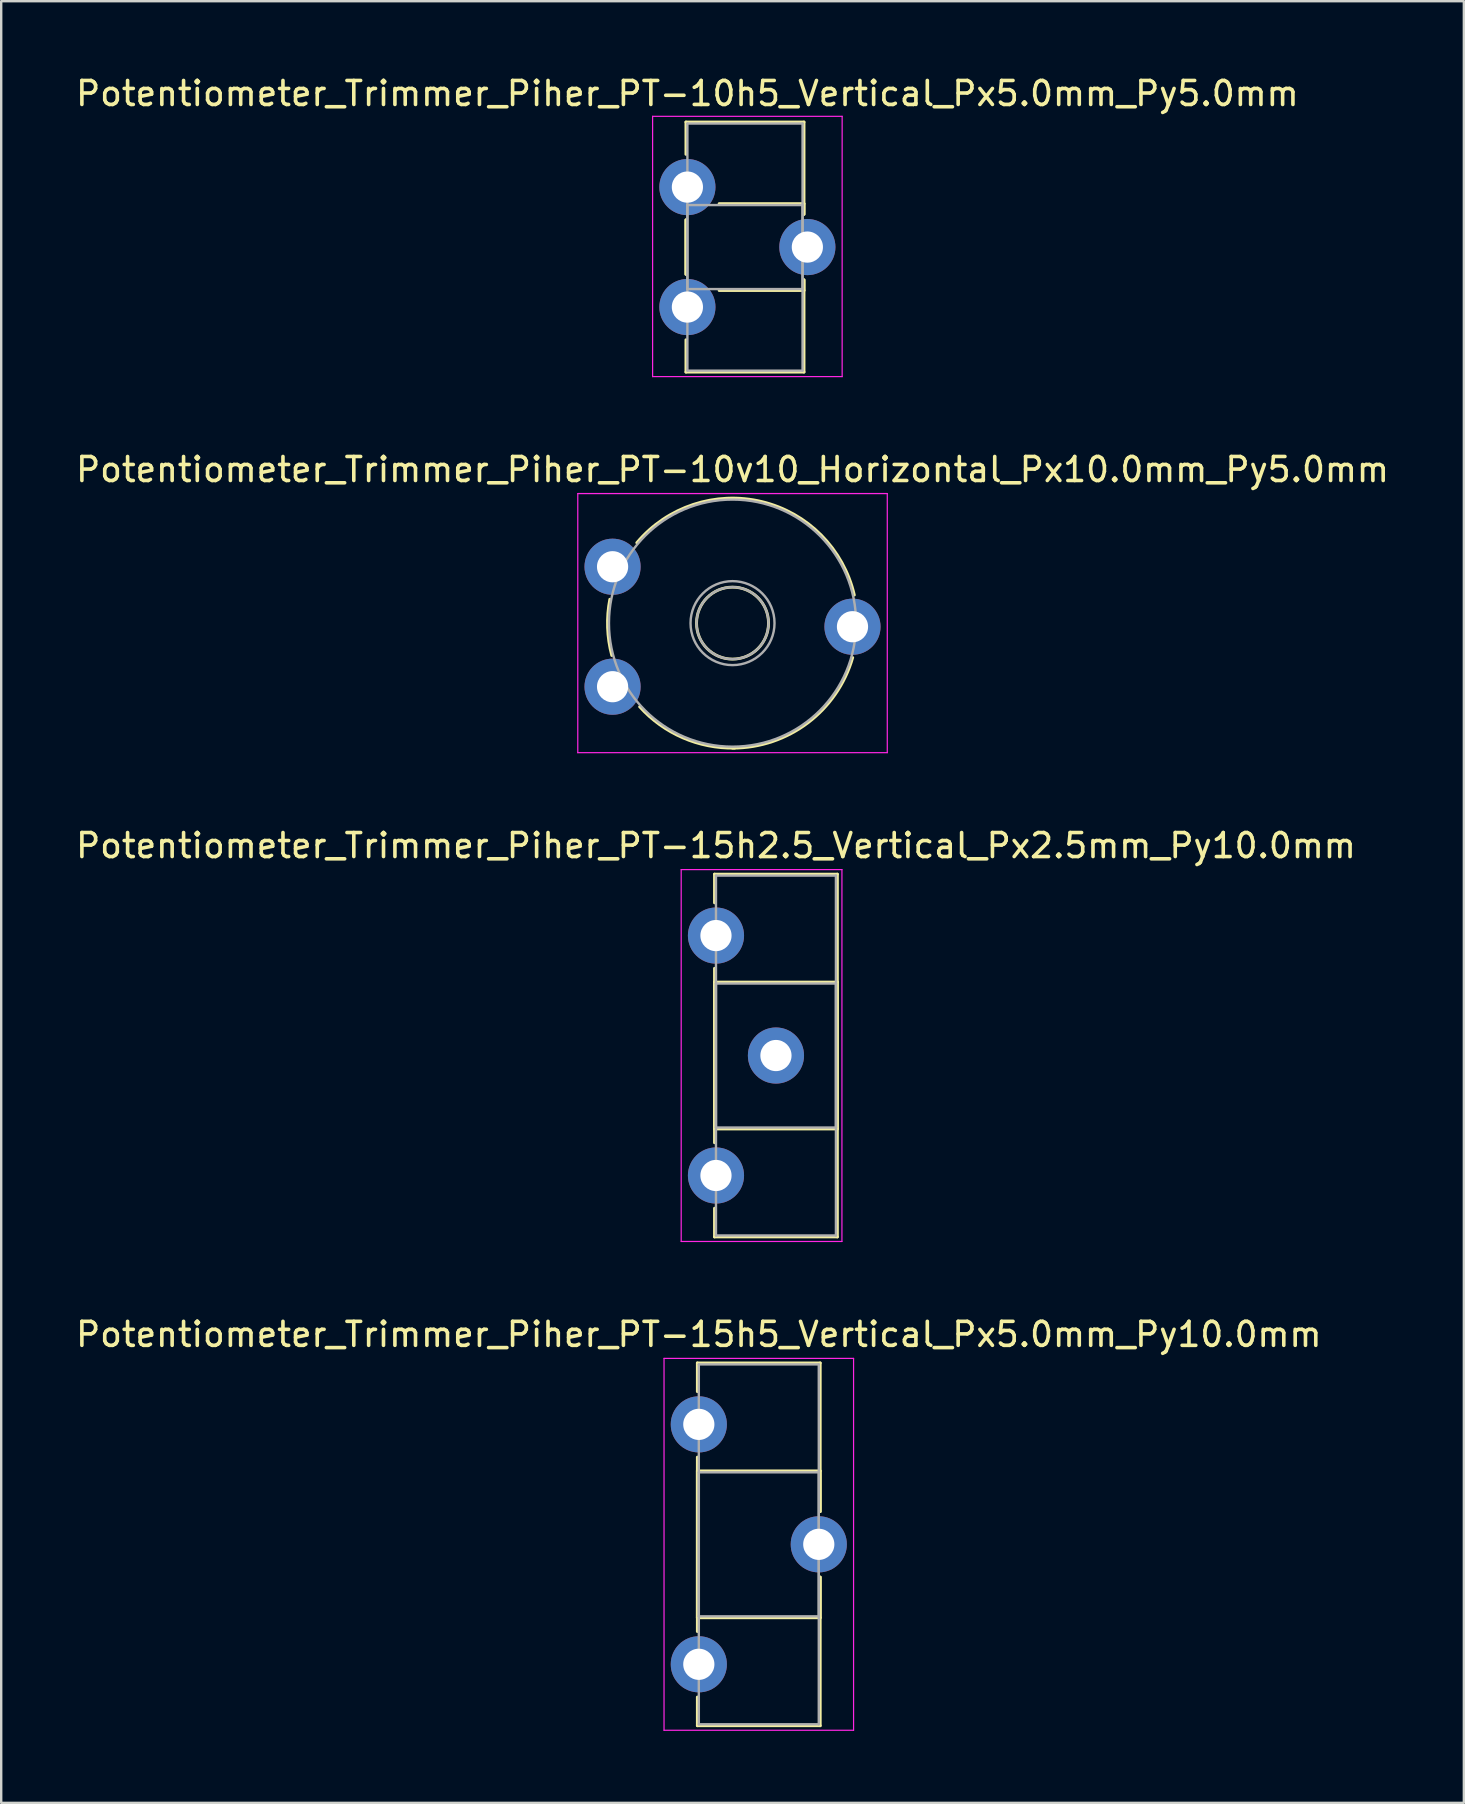
<source format=kicad_pcb>
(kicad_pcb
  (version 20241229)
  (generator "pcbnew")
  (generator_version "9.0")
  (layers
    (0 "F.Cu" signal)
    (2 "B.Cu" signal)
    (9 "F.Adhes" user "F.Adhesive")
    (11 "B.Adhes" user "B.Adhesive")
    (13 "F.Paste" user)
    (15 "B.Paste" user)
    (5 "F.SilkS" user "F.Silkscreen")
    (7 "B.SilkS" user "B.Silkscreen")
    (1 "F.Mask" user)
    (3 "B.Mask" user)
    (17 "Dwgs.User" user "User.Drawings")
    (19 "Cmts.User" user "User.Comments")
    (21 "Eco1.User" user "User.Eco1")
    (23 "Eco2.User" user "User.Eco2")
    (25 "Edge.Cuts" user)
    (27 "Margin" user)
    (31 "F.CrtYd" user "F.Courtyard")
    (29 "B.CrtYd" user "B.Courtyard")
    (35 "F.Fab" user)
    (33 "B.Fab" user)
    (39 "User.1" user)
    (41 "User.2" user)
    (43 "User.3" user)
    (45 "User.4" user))
  (footprint "Potentiometer_Trimmer_Piher_PT-15h5_Vertical_Px5.0mm_Py10.0mm"
    (layer "F.Cu")
    (at 26.077 56.318)
    (property "Reference" "Potentiometer_Trimmer_Piher_PT-15h5_Vertical_Px5.0mm_Py10.0mm" (at 0 -3.75 0) (layer "F.SilkS") (effects (font (size 1 1) (thickness 0.15))))
    (attr through_hole)
    (fp_line (start -0.061 -2.56) (end -0.061 -1.365) (stroke (width 0.12) (type solid)) (layer "F.SilkS"))
    (fp_line (start -0.061 -2.56) (end 5.06 -2.56) (stroke (width 0.12) (type solid)) (layer "F.SilkS"))
    (fp_line (start -0.061 1.365) (end -0.061 8.635) (stroke (width 0.12) (type solid)) (layer "F.SilkS"))
    (fp_line (start -0.061 1.94) (end -0.061 8.06) (stroke (width 0.12) (type solid)) (layer "F.SilkS"))
    (fp_line (start -0.061 1.94) (end 5.06 1.94) (stroke (width 0.12) (type solid)) (layer "F.SilkS"))
    (fp_line (start -0.061 8.06) (end 5.06 8.06) (stroke (width 0.12) (type solid)) (layer "F.SilkS"))
    (fp_line (start -0.061 11.365) (end -0.061 12.56) (stroke (width 0.12) (type solid)) (layer "F.SilkS"))
    (fp_line (start -0.061 12.56) (end 5.06 12.56) (stroke (width 0.12) (type solid)) (layer "F.SilkS"))
    (fp_line (start 5.06 -2.56) (end 5.06 3.635) (stroke (width 0.12) (type solid)) (layer "F.SilkS"))
    (fp_line (start 5.06 1.94) (end 5.06 3.635) (stroke (width 0.12) (type solid)) (layer "F.SilkS"))
    (fp_line (start 5.06 6.365) (end 5.06 8.06) (stroke (width 0.12) (type solid)) (layer "F.SilkS"))
    (fp_line (start 5.06 6.365) (end 5.06 12.56) (stroke (width 0.12) (type solid)) (layer "F.SilkS"))
    (fp_line (start -1.45 -2.75) (end -1.45 12.75) (stroke (width 0.05) (type solid)) (layer "F.CrtYd"))
    (fp_line (start -1.45 12.75) (end 6.45 12.75) (stroke (width 0.05) (type solid)) (layer "F.CrtYd"))
    (fp_line (start 6.45 -2.75) (end -1.45 -2.75) (stroke (width 0.05) (type solid)) (layer "F.CrtYd"))
    (fp_line (start 6.45 12.75) (end 6.45 -2.75) (stroke (width 0.05) (type solid)) (layer "F.CrtYd"))
    (fp_line (start 0 -2.5) (end 5 -2.5) (stroke (width 0.1) (type solid)) (layer "F.Fab"))
    (fp_line (start 0 2) (end 0 8) (stroke (width 0.1) (type solid)) (layer "F.Fab"))
    (fp_line (start 0 8) (end 5 8) (stroke (width 0.1) (type solid)) (layer "F.Fab"))
    (fp_line (start 0 12.5) (end 0 -2.5) (stroke (width 0.1) (type solid)) (layer "F.Fab"))
    (fp_line (start 5 -2.5) (end 5 12.5) (stroke (width 0.1) (type solid)) (layer "F.Fab"))
    (fp_line (start 5 2) (end 0 2) (stroke (width 0.1) (type solid)) (layer "F.Fab"))
    (fp_line (start 5 8) (end 5 2) (stroke (width 0.1) (type solid)) (layer "F.Fab"))
    (fp_line (start 5 12.5) (end 0 12.5) (stroke (width 0.1) (type solid)) (layer "F.Fab"))
    (pad "1" thru_hole circle (at 0 0) (size 2.34 2.34) (drill 1.3) (layers "*.Cu" "*.Mask"))
    (pad "2" thru_hole circle (at 5 5) (size 2.34 2.34) (drill 1.3) (layers "*.Cu" "*.Mask"))
    (pad "3" thru_hole circle (at 0 10) (size 2.34 2.34) (drill 1.3) (layers "*.Cu" "*.Mask")))
  (footprint "Potentiometer_Trimmer_Piher_PT-10v10_Horizontal_Px10.0mm_Py5.0mm"
    (layer "F.Cu")
    (at 22.482 25.572)
    (property "Reference" "Potentiometer_Trimmer_Piher_PT-10v10_Horizontal_Px10.0mm_Py5.0mm" (at 5 -9.05 0) (layer "F.SilkS") (effects (font (size 1 1) (thickness 0.15))))
    (attr through_hole)
    (fp_arc (start -0.033072 -1.301133) (mid -0.207504 -2.467899) (end -0.115 -3.644) (stroke (width 0.12) (type solid)) (layer "F.SilkS"))
    (fp_arc (start 1.009383 -5.999947) (mid 6.217378 -7.716079) (end 10.077 -3.821) (stroke (width 0.12) (type solid)) (layer "F.SilkS"))
    (fp_arc (start 5.090657 2.559257) (mid 2.922251 2.127817) (end 1.128 0.836) (stroke (width 0.12) (type solid)) (layer "F.SilkS"))
    (fp_arc (start 10.008173 -1.213929) (mid 8.135456 1.510891) (end 5 2.56) (stroke (width 0.12) (type solid)) (layer "F.SilkS"))
    (fp_circle (center 5 -2.65) (end 6.5 -2.65) (stroke (width 0.12) (type solid)) (fill no) (layer "F.SilkS"))
    (fp_line (start -1.45 -8.05) (end -1.45 2.75) (stroke (width 0.05) (type solid)) (layer "F.CrtYd"))
    (fp_line (start -1.45 2.75) (end 11.45 2.75) (stroke (width 0.05) (type solid)) (layer "F.CrtYd"))
    (fp_line (start 11.45 -8.05) (end -1.45 -8.05) (stroke (width 0.05) (type solid)) (layer "F.CrtYd"))
    (fp_line (start 11.45 2.75) (end 11.45 -8.05) (stroke (width 0.05) (type solid)) (layer "F.CrtYd"))
    (fp_circle (center 5 -2.65) (end 6.5 -2.65) (stroke (width 0.1) (type solid)) (fill no) (layer "F.Fab"))
    (fp_circle (center 5 -2.65) (end 6.75 -2.65) (stroke (width 0.1) (type solid)) (fill no) (layer "F.Fab"))
    (fp_circle (center 5 -2.65) (end 10.15 -2.65) (stroke (width 0.1) (type solid)) (fill no) (layer "F.Fab"))
    (pad "1" thru_hole circle (at 0 0) (size 2.34 2.34) (drill 1.3) (layers "*.Cu" "*.Mask"))
    (pad "2" thru_hole circle (at 10 -2.5) (size 2.34 2.34) (drill 1.3) (layers "*.Cu" "*.Mask"))
    (pad "3" thru_hole circle (at 0 -5) (size 2.34 2.34) (drill 1.3) (layers "*.Cu" "*.Mask")))
  (footprint "Potentiometer_Trimmer_Piher_PT-15h2.5_Vertical_Px2.5mm_Py10.0mm"
    (layer "F.Cu")
    (at 26.792 35.945)
    (property "Reference" "Potentiometer_Trimmer_Piher_PT-15h2.5_Vertical_Px2.5mm_Py10.0mm" (at 0 -3.75 0) (layer "F.SilkS") (effects (font (size 1 1) (thickness 0.15))))
    (attr through_hole)
    (fp_line (start -0.061 -2.56) (end -0.061 -1.365) (stroke (width 0.12) (type solid)) (layer "F.SilkS"))
    (fp_line (start -0.061 -2.56) (end 5.06 -2.56) (stroke (width 0.12) (type solid)) (layer "F.SilkS"))
    (fp_line (start -0.061 1.365) (end -0.061 8.635) (stroke (width 0.12) (type solid)) (layer "F.SilkS"))
    (fp_line (start -0.061 1.94) (end -0.061 8.06) (stroke (width 0.12) (type solid)) (layer "F.SilkS"))
    (fp_line (start -0.061 1.94) (end 5.06 1.94) (stroke (width 0.12) (type solid)) (layer "F.SilkS"))
    (fp_line (start -0.061 8.06) (end 5.06 8.06) (stroke (width 0.12) (type solid)) (layer "F.SilkS"))
    (fp_line (start -0.061 11.365) (end -0.061 12.56) (stroke (width 0.12) (type solid)) (layer "F.SilkS"))
    (fp_line (start -0.061 12.56) (end 5.06 12.56) (stroke (width 0.12) (type solid)) (layer "F.SilkS"))
    (fp_line (start 5.06 -2.56) (end 5.06 12.56) (stroke (width 0.12) (type solid)) (layer "F.SilkS"))
    (fp_line (start 5.06 1.94) (end 5.06 8.06) (stroke (width 0.12) (type solid)) (layer "F.SilkS"))
    (fp_line (start -1.45 -2.75) (end -1.45 12.75) (stroke (width 0.05) (type solid)) (layer "F.CrtYd"))
    (fp_line (start -1.45 12.75) (end 5.25 12.75) (stroke (width 0.05) (type solid)) (layer "F.CrtYd"))
    (fp_line (start 5.25 -2.75) (end -1.45 -2.75) (stroke (width 0.05) (type solid)) (layer "F.CrtYd"))
    (fp_line (start 5.25 12.75) (end 5.25 -2.75) (stroke (width 0.05) (type solid)) (layer "F.CrtYd"))
    (fp_line (start 0 -2.5) (end 5 -2.5) (stroke (width 0.1) (type solid)) (layer "F.Fab"))
    (fp_line (start 0 2) (end 0 8) (stroke (width 0.1) (type solid)) (layer "F.Fab"))
    (fp_line (start 0 8) (end 5 8) (stroke (width 0.1) (type solid)) (layer "F.Fab"))
    (fp_line (start 0 12.5) (end 0 -2.5) (stroke (width 0.1) (type solid)) (layer "F.Fab"))
    (fp_line (start 5 -2.5) (end 5 12.5) (stroke (width 0.1) (type solid)) (layer "F.Fab"))
    (fp_line (start 5 2) (end 0 2) (stroke (width 0.1) (type solid)) (layer "F.Fab"))
    (fp_line (start 5 8) (end 5 2) (stroke (width 0.1) (type solid)) (layer "F.Fab"))
    (fp_line (start 5 12.5) (end 0 12.5) (stroke (width 0.1) (type solid)) (layer "F.Fab"))
    (pad "1" thru_hole circle (at 0 0) (size 2.34 2.34) (drill 1.3) (layers "*.Cu" "*.Mask"))
    (pad "2" thru_hole circle (at 2.5 5) (size 2.34 2.34) (drill 1.3) (layers "*.Cu" "*.Mask"))
    (pad "3" thru_hole circle (at 0 10) (size 2.34 2.34) (drill 1.3) (layers "*.Cu" "*.Mask")))
  (footprint "Potentiometer_Trimmer_Piher_PT-10h5_Vertical_Px5.0mm_Py5.0mm"
    (layer "F.Cu")
    (at 25.601 4.748)
    (property "Reference" "Potentiometer_Trimmer_Piher_PT-10h5_Vertical_Px5.0mm_Py5.0mm" (at 0 -3.9 0) (layer "F.SilkS") (effects (font (size 1 1) (thickness 0.15))))
    (attr through_hole)
    (fp_line (start -0.061 -2.711) (end -0.061 -1.365) (stroke (width 0.12) (type solid)) (layer "F.SilkS"))
    (fp_line (start -0.061 -2.711) (end 4.86 -2.711) (stroke (width 0.12) (type solid)) (layer "F.SilkS"))
    (fp_line (start -0.061 1.365) (end -0.061 3.635) (stroke (width 0.12) (type solid)) (layer "F.SilkS"))
    (fp_line (start -0.061 1.365) (end -0.061 3.635) (stroke (width 0.12) (type solid)) (layer "F.SilkS"))
    (fp_line (start -0.061 6.365) (end -0.061 7.71) (stroke (width 0.12) (type solid)) (layer "F.SilkS"))
    (fp_line (start -0.061 7.71) (end 4.86 7.71) (stroke (width 0.12) (type solid)) (layer "F.SilkS"))
    (fp_line (start 1.323 0.69) (end 4.86 0.69) (stroke (width 0.12) (type solid)) (layer "F.SilkS"))
    (fp_line (start 1.323 4.31) (end 4.86 4.31) (stroke (width 0.12) (type solid)) (layer "F.SilkS"))
    (fp_line (start 4.86 -2.711) (end 4.86 1.135) (stroke (width 0.12) (type solid)) (layer "F.SilkS"))
    (fp_line (start 4.86 0.69) (end 4.86 1.135) (stroke (width 0.12) (type solid)) (layer "F.SilkS"))
    (fp_line (start 4.86 3.865) (end 4.86 4.31) (stroke (width 0.12) (type solid)) (layer "F.SilkS"))
    (fp_line (start 4.86 3.865) (end 4.86 7.71) (stroke (width 0.12) (type solid)) (layer "F.SilkS"))
    (fp_line (start -1.45 -2.95) (end -1.45 7.9) (stroke (width 0.05) (type solid)) (layer "F.CrtYd"))
    (fp_line (start -1.45 7.9) (end 6.45 7.9) (stroke (width 0.05) (type solid)) (layer "F.CrtYd"))
    (fp_line (start 6.45 -2.95) (end -1.45 -2.95) (stroke (width 0.05) (type solid)) (layer "F.CrtYd"))
    (fp_line (start 6.45 7.9) (end 6.45 -2.95) (stroke (width 0.05) (type solid)) (layer "F.CrtYd"))
    (fp_line (start 0 -2.65) (end 4.8 -2.65) (stroke (width 0.1) (type solid)) (layer "F.Fab"))
    (fp_line (start 0 0.75) (end 0 4.25) (stroke (width 0.1) (type solid)) (layer "F.Fab"))
    (fp_line (start 0 4.25) (end 4.8 4.25) (stroke (width 0.1) (type solid)) (layer "F.Fab"))
    (fp_line (start 0 7.65) (end 0 -2.65) (stroke (width 0.1) (type solid)) (layer "F.Fab"))
    (fp_line (start 4.8 -2.65) (end 4.8 7.65) (stroke (width 0.1) (type solid)) (layer "F.Fab"))
    (fp_line (start 4.8 0.75) (end 0 0.75) (stroke (width 0.1) (type solid)) (layer "F.Fab"))
    (fp_line (start 4.8 4.25) (end 4.8 0.75) (stroke (width 0.1) (type solid)) (layer "F.Fab"))
    (fp_line (start 4.8 7.65) (end 0 7.65) (stroke (width 0.1) (type solid)) (layer "F.Fab"))
    (pad "1" thru_hole circle (at 0 0) (size 2.34 2.34) (drill 1.3) (layers "*.Cu" "*.Mask"))
    (pad "2" thru_hole circle (at 5 2.5) (size 2.34 2.34) (drill 1.3) (layers "*.Cu" "*.Mask"))
    (pad "3" thru_hole circle (at 0 5) (size 2.34 2.34) (drill 1.3) (layers "*.Cu" "*.Mask")))
  (gr_rect
    (start -3 -3)
    (end 57.964 72.093)
    (stroke (width 0.1) (type default))
    (fill no)
    (layer "Edge.Cuts")))
</source>
